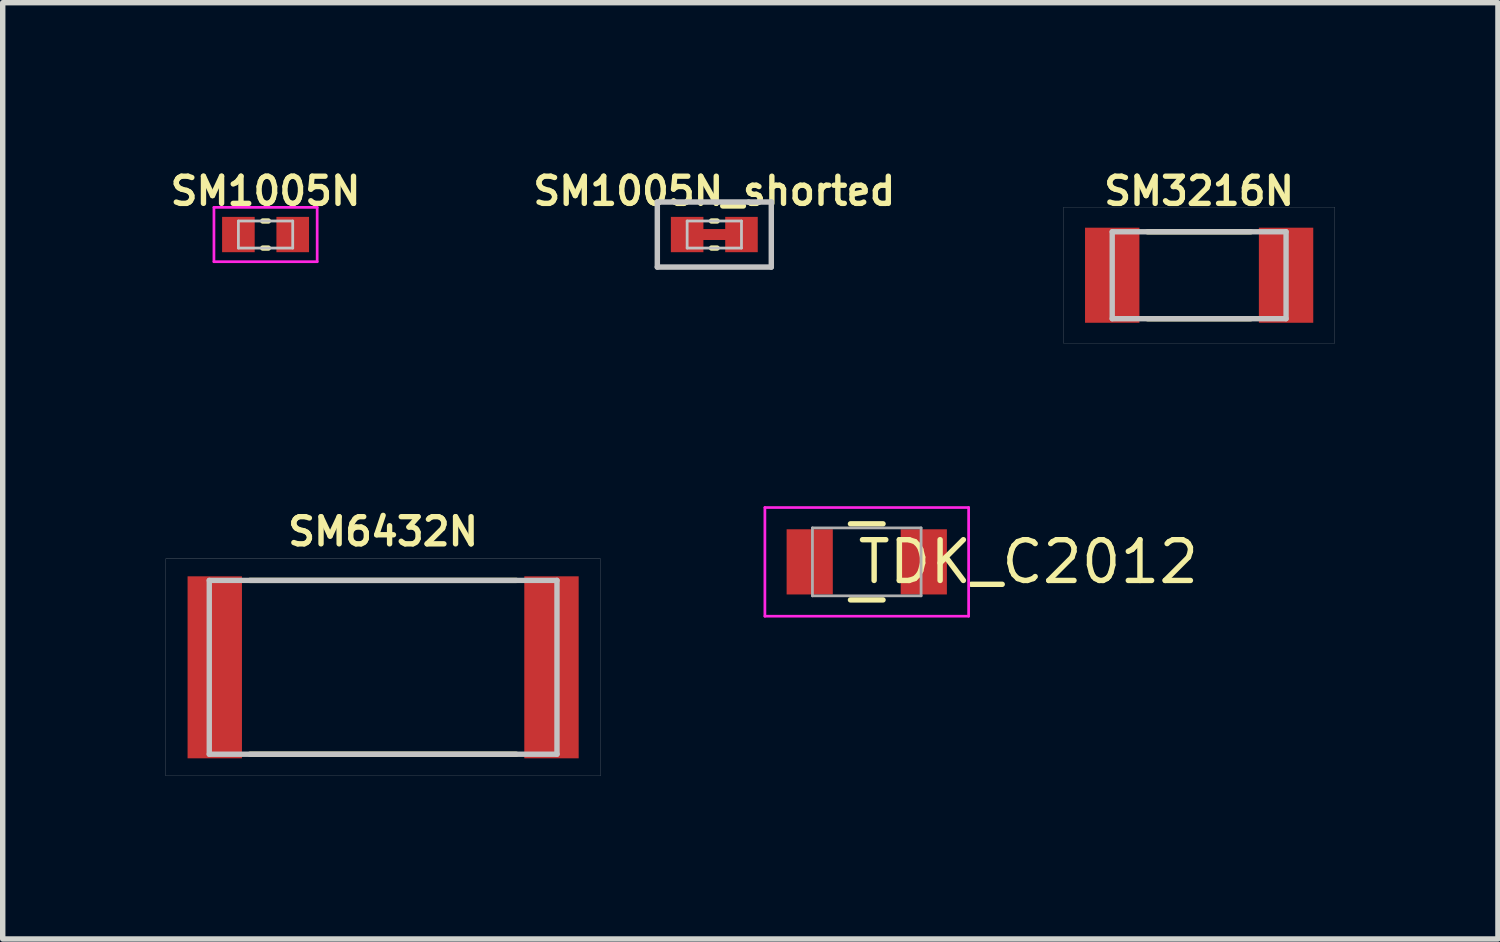
<source format=kicad_pcb>
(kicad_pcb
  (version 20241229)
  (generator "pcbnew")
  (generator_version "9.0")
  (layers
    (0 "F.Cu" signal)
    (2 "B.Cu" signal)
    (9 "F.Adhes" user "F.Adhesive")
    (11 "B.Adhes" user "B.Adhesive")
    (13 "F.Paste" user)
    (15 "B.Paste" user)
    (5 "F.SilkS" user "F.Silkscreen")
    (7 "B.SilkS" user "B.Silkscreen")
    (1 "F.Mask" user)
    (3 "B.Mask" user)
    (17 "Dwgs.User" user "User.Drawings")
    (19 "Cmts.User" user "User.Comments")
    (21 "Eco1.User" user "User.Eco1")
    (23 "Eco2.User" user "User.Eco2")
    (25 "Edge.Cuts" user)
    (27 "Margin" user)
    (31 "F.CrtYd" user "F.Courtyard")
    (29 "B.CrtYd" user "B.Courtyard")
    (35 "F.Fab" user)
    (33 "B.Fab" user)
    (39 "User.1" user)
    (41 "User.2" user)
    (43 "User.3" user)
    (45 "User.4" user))
  (footprint "SM6432N"
    (layer "F.Cu")
    (at 4.002 9.233)
    (property "Reference" "SM6432N" (at 0 -2.499 0) (layer "F.SilkS") (effects (font (size 0.5 0.5) (thickness 0.099))))
    (attr smd)
    (fp_line (start -2.451 -1.6) (end 2.451 -1.6) (stroke (width 0.099) (type solid)) (layer "F.SilkS"))
    (fp_line (start 2.451 1.6) (end -2.451 1.6) (stroke (width 0.099) (type solid)) (layer "F.SilkS"))
    (fp_line (start -4 -1.999) (end -4 1.999) (stroke (width 0.003) (type solid)) (layer "Dwgs.User"))
    (fp_line (start -4 1.999) (end 4 1.999) (stroke (width 0.003) (type solid)) (layer "Dwgs.User"))
    (fp_line (start -3.2 -1.6) (end 3.2 -1.6) (stroke (width 0.099) (type solid)) (layer "Dwgs.User"))
    (fp_line (start -3.2 1.6) (end -3.2 -1.6) (stroke (width 0.099) (type solid)) (layer "Dwgs.User"))
    (fp_line (start 3.2 -1.6) (end 3.2 1.6) (stroke (width 0.099) (type solid)) (layer "Dwgs.User"))
    (fp_line (start 3.2 1.6) (end -3.2 1.6) (stroke (width 0.099) (type solid)) (layer "Dwgs.User"))
    (fp_line (start 4 -1.999) (end -4 -1.999) (stroke (width 0.003) (type solid)) (layer "Dwgs.User"))
    (fp_line (start 4 1.999) (end 4 -1.999) (stroke (width 0.003) (type solid)) (layer "Dwgs.User"))
    (pad "1" smd rect (at -3.099 0) (size 1.001 3.35) (layers "F.Cu" "F.Mask" "F.Paste"))
    (pad "2" smd rect (at 3.099 0) (size 1.001 3.35) (layers "F.Cu" "F.Mask" "F.Paste")))
  (footprint "SM1005N_shorted"
    (layer "F.Cu")
    (at 10.098 1.267)
    (property "Reference" "SM1005N_shorted" (at 0 -0.8 0) (layer "F.SilkS") (effects (font (size 0.5 0.5) (thickness 0.099))))
    (attr smd)
    (fp_line (start -0.5 0) (end 0.5 0) (stroke (width 0.201) (type solid)) (layer "F.Cu"))
    (fp_line (start -0.051 -0.249) (end 0.051 -0.249) (stroke (width 0.099) (type solid)) (layer "F.SilkS"))
    (fp_line (start -0.051 0.249) (end 0.051 0.249) (stroke (width 0.099) (type solid)) (layer "F.SilkS"))
    (fp_line (start -1.049 -0.599) (end -1.049 0.599) (stroke (width 0.1) (type solid)) (layer "Dwgs.User"))
    (fp_line (start -1.049 0.599) (end 1.049 0.599) (stroke (width 0.1) (type solid)) (layer "Dwgs.User"))
    (fp_line (start -0.5 -0.249) (end -0.5 0.249) (stroke (width 0.051) (type solid)) (layer "Dwgs.User"))
    (fp_line (start -0.5 0.249) (end 0.5 0.249) (stroke (width 0.051) (type solid)) (layer "Dwgs.User"))
    (fp_line (start 0.5 -0.249) (end -0.5 -0.249) (stroke (width 0.051) (type solid)) (layer "Dwgs.User"))
    (fp_line (start 0.5 0.249) (end 0.5 -0.249) (stroke (width 0.051) (type solid)) (layer "Dwgs.User"))
    (fp_line (start 1.049 -0.599) (end -1.049 -0.599) (stroke (width 0.1) (type solid)) (layer "Dwgs.User"))
    (fp_line (start 1.049 0.599) (end 1.049 -0.599) (stroke (width 0.1) (type solid)) (layer "Dwgs.User"))
    (pad "1" smd rect (at -0.5 0) (size 0.599 0.65) (layers "F.Cu" "F.Mask" "F.Paste"))
    (pad "1" smd rect (at 0.5 0) (size 0.599 0.65) (layers "F.Cu" "F.Mask" "F.Paste")))
  (footprint "SM1005N"
    (layer "F.Cu")
    (at 1.838 1.267)
    (property "Reference" "SM1005N" (at 0 -0.8 0) (layer "F.SilkS") (effects (font (size 0.5 0.5) (thickness 0.099))))
    (attr smd)
    (fp_line (start -0.051 -0.249) (end 0.051 -0.249) (stroke (width 0.099) (type solid)) (layer "F.SilkS"))
    (fp_line (start -0.051 0.249) (end 0.051 0.249) (stroke (width 0.099) (type solid)) (layer "F.SilkS"))
    (fp_line (start -0.5 -0.249) (end -0.5 0.249) (stroke (width 0.051) (type solid)) (layer "Dwgs.User"))
    (fp_line (start -0.5 0.249) (end 0.5 0.249) (stroke (width 0.051) (type solid)) (layer "Dwgs.User"))
    (fp_line (start 0.5 -0.249) (end -0.5 -0.249) (stroke (width 0.051) (type solid)) (layer "Dwgs.User"))
    (fp_line (start 0.5 0.249) (end 0.5 -0.249) (stroke (width 0.051) (type solid)) (layer "Dwgs.User"))
    (fp_line (start -0.95 -0.5) (end 0.95 -0.5) (stroke (width 0.05) (type solid)) (layer "F.CrtYd"))
    (fp_line (start -0.95 0.5) (end -0.95 -0.5) (stroke (width 0.05) (type solid)) (layer "F.CrtYd"))
    (fp_line (start 0.95 -0.5) (end 0.95 0.5) (stroke (width 0.05) (type solid)) (layer "F.CrtYd"))
    (fp_line (start 0.95 0.5) (end -0.95 0.5) (stroke (width 0.05) (type solid)) (layer "F.CrtYd"))
    (pad "1" smd rect (at -0.5 0) (size 0.6 0.65) (layers "F.Cu" "F.Mask" "F.Paste"))
    (pad "2" smd rect (at 0.5 0) (size 0.6 0.65) (layers "F.Cu" "F.Mask" "F.Paste")))
  (footprint "SM3216N"
    (layer "F.Cu")
    (at 19.022 2.016)
    (property "Reference" "SM3216N" (at 0 -1.549 0) (layer "F.SilkS") (effects (font (size 0.5 0.5) (thickness 0.099))))
    (attr smd)
    (fp_line (start -0.95 -0.8) (end 0.95 -0.8) (stroke (width 0.099) (type solid)) (layer "F.SilkS"))
    (fp_line (start -0.95 0.8) (end 0.95 0.8) (stroke (width 0.099) (type solid)) (layer "F.SilkS"))
    (fp_line (start -2.499 -1.25) (end -2.499 1.25) (stroke (width 0.003) (type solid)) (layer "Dwgs.User"))
    (fp_line (start -2.499 1.25) (end 2.499 1.25) (stroke (width 0.003) (type solid)) (layer "Dwgs.User"))
    (fp_line (start -1.6 -0.8) (end -1.6 0.8) (stroke (width 0.099) (type solid)) (layer "Dwgs.User"))
    (fp_line (start -1.6 0.8) (end 1.6 0.8) (stroke (width 0.099) (type solid)) (layer "Dwgs.User"))
    (fp_line (start 1.6 -0.8) (end -1.6 -0.8) (stroke (width 0.099) (type solid)) (layer "Dwgs.User"))
    (fp_line (start 1.6 0.8) (end 1.6 -0.8) (stroke (width 0.099) (type solid)) (layer "Dwgs.User"))
    (fp_line (start 2.499 -1.25) (end -2.499 -1.25) (stroke (width 0.003) (type solid)) (layer "Dwgs.User"))
    (fp_line (start 2.499 1.25) (end 2.499 -1.25) (stroke (width 0.003) (type solid)) (layer "Dwgs.User"))
    (pad "1" smd rect (at -1.6 0) (size 1.001 1.75) (layers "F.Cu" "F.Mask" "F.Paste"))
    (pad "2" smd rect (at 1.6 0) (size 1.001 1.75) (layers "F.Cu" "F.Mask" "F.Paste")))
  (footprint "TDK_C2012"
    (layer "F.Cu")
    (at 12.904 7.292)
    (property "Reference" "TDK_C2012" (at 2.975 0 0) (layer "F.SilkS") (effects (font (size 0.75 0.75) (thickness 0.1))))
    (attr smd)
    (fp_line (start -0.3 -0.7) (end 0.3 -0.7) (stroke (width 0.099) (type solid)) (layer "F.SilkS"))
    (fp_line (start -0.3 0.7) (end 0.3 0.7) (stroke (width 0.099) (type solid)) (layer "F.SilkS"))
    (fp_line (start -1.875 -1) (end 1.875 -1) (stroke (width 0.05) (type solid)) (layer "F.CrtYd"))
    (fp_line (start -1.875 1) (end -1.875 -1) (stroke (width 0.05) (type solid)) (layer "F.CrtYd"))
    (fp_line (start 1.875 -1) (end 1.875 1) (stroke (width 0.05) (type solid)) (layer "F.CrtYd"))
    (fp_line (start 1.875 1) (end -1.875 1) (stroke (width 0.05) (type solid)) (layer "F.CrtYd"))
    (fp_line (start -1 -0.625) (end -1 0.625) (stroke (width 0.051) (type solid)) (layer "F.Fab"))
    (fp_line (start -1 0.625) (end 1 0.625) (stroke (width 0.051) (type solid)) (layer "F.Fab"))
    (fp_line (start 1 -0.625) (end -1 -0.625) (stroke (width 0.051) (type solid)) (layer "F.Fab"))
    (fp_line (start 1 0.625) (end 1 -0.625) (stroke (width 0.051) (type solid)) (layer "F.Fab"))
    (pad "1" smd rect (at -1.05 0) (size 0.85 1.2) (layers "F.Cu" "F.Mask" "F.Paste"))
    (pad "2" smd rect (at 1.05 0) (size 0.85 1.2) (layers "F.Cu" "F.Mask" "F.Paste")))
  (gr_rect
    (start -3 -3)
    (end 24.522 14.233)
    (stroke (width 0.1) (type default))
    (fill no)
    (layer "Edge.Cuts")))
</source>
